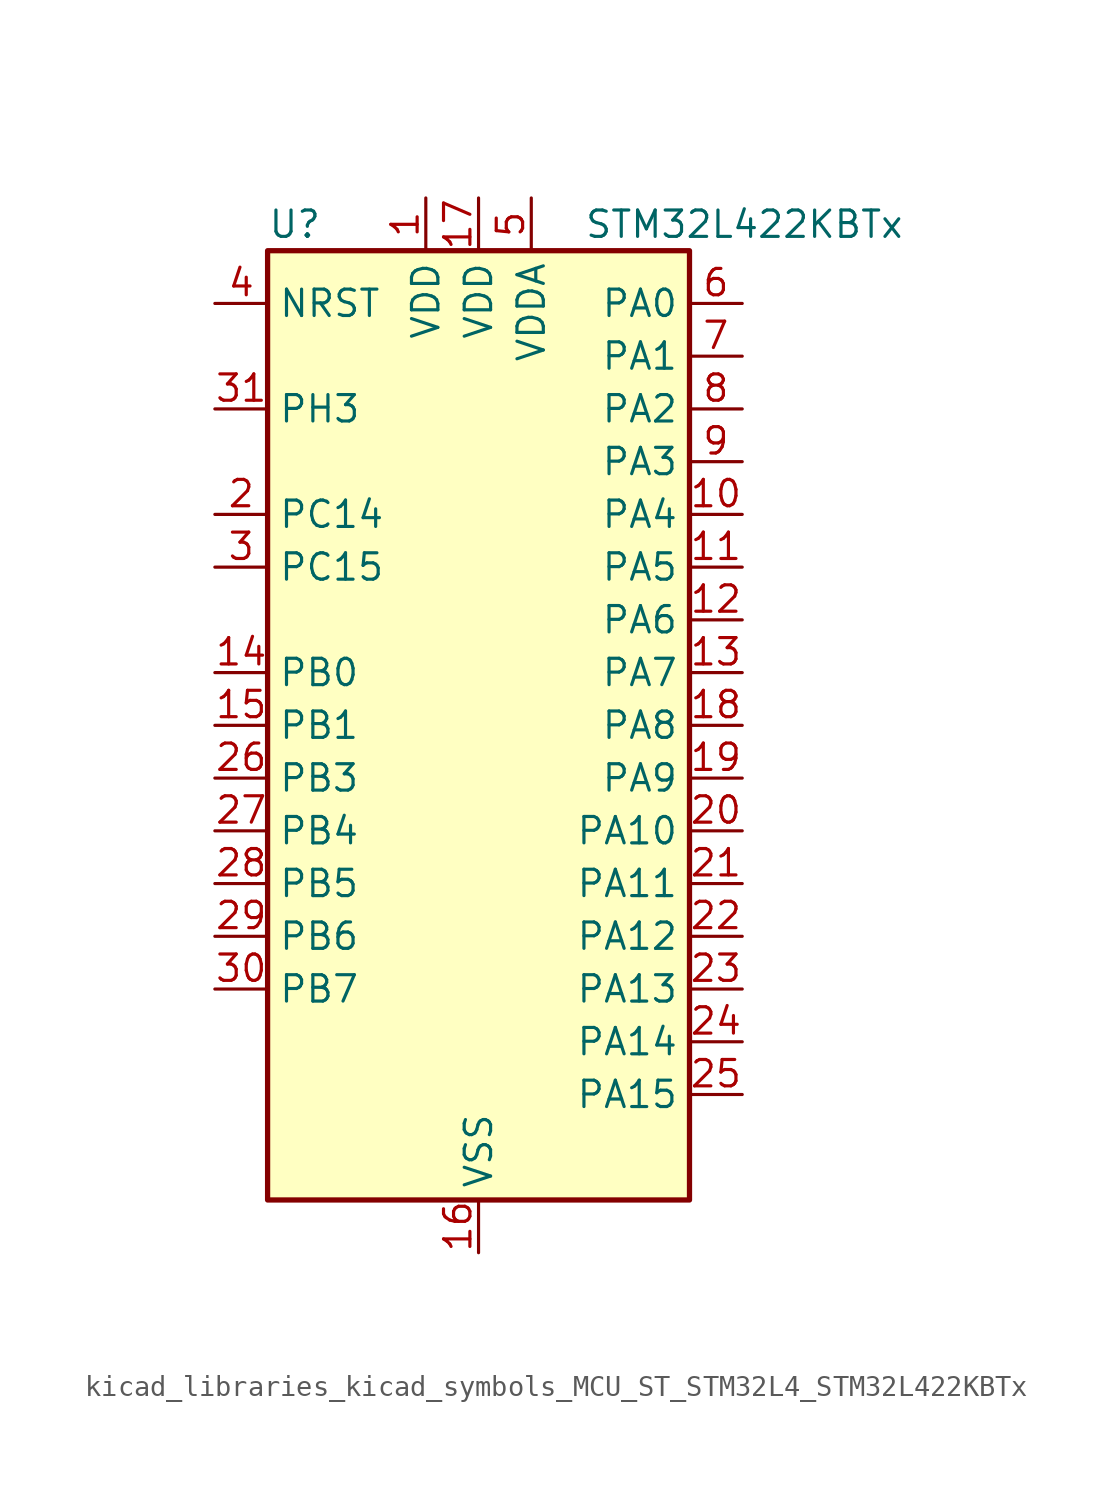
<source format=kicad_sym>
(kicad_symbol_lib
  (version 20220914)
  (generator kicad_symbol_editor)
  (symbol "kicad_libraries_kicad_symbols_MCU_ST_STM32L4_STM32L422KBTx"
    (property "Reference" "U"
      (at -10.16 24.13 0)
      (effects (font (size 1.27 1.27)) (justify left)))
    (property "Value" "STM32L422KBTx"
      (at 5.08 24.13 0)
      (effects (font (size 1.27 1.27)) (justify left)))
    (property "ki_locked" ""
      (at 0 0 0)
      (effects (font (size 1.27 1.27))))
    (symbol "kicad_libraries_kicad_symbols_MCU_ST_STM32L4_STM32L422KBTx_0_1"
      (rectangle (start -10.16 -22.86) (end 10.16 22.86) (stroke (width 0.254) (type default)) (fill (type background))))
    (symbol "kicad_libraries_kicad_symbols_MCU_ST_STM32L4_STM32L422KBTx_1_1"
      (pin power_in line (at -2.54 25.4 270) (length 2.54) (name "VDD" (effects (font (size 1.27 1.27)))) (number "1" (effects (font (size 1.27 1.27)))))
      (pin bidirectional line (at 12.7 10.16 180) (length 2.54) (name "PA4" (effects (font (size 1.27 1.27)))) (number "10" (effects (font (size 1.27 1.27)))) (alternate "ADC1_IN9" bidirectional line) (alternate "ADC2_IN9" bidirectional line) (alternate "COMP1_INM" bidirectional line) (alternate "LPTIM2_OUT" bidirectional line) (alternate "SPI1_NSS" bidirectional line) (alternate "USART2_CK" bidirectional line))
      (pin bidirectional line (at 12.7 7.62 180) (length 2.54) (name "PA5" (effects (font (size 1.27 1.27)))) (number "11" (effects (font (size 1.27 1.27)))) (alternate "ADC1_IN10" bidirectional line) (alternate "ADC2_IN10" bidirectional line) (alternate "COMP1_INM" bidirectional line) (alternate "LPTIM2_ETR" bidirectional line) (alternate "SPI1_SCK" bidirectional line) (alternate "TIM2_CH1" bidirectional line) (alternate "TIM2_ETR" bidirectional line))
      (pin bidirectional line (at 12.7 5.08 180) (length 2.54) (name "PA6" (effects (font (size 1.27 1.27)))) (number "12" (effects (font (size 1.27 1.27)))) (alternate "ADC1_IN11" bidirectional line) (alternate "ADC2_IN11" bidirectional line) (alternate "COMP1_OUT" bidirectional line) (alternate "LPUART1_CTS" bidirectional line) (alternate "QUADSPI_BK1_IO3" bidirectional line) (alternate "SPI1_MISO" bidirectional line) (alternate "TIM16_CH1" bidirectional line) (alternate "TIM1_BKIN" bidirectional line))
      (pin bidirectional line (at 12.7 2.54 180) (length 2.54) (name "PA7" (effects (font (size 1.27 1.27)))) (number "13" (effects (font (size 1.27 1.27)))) (alternate "ADC1_IN12" bidirectional line) (alternate "ADC2_IN12" bidirectional line) (alternate "I2C3_SCL" bidirectional line) (alternate "QUADSPI_BK1_IO2" bidirectional line) (alternate "SPI1_MOSI" bidirectional line) (alternate "TIM1_CH1N" bidirectional line))
      (pin bidirectional line (at -12.7 2.54 0) (length 2.54) (name "PB0" (effects (font (size 1.27 1.27)))) (number "14" (effects (font (size 1.27 1.27)))) (alternate "ADC1_IN15" bidirectional line) (alternate "ADC2_IN15" bidirectional line) (alternate "COMP1_OUT" bidirectional line) (alternate "QUADSPI_BK1_IO1" bidirectional line) (alternate "SPI1_NSS" bidirectional line) (alternate "SYS_TRACED0" bidirectional line) (alternate "TIM1_CH2N" bidirectional line))
      (pin bidirectional line (at -12.7 0 0) (length 2.54) (name "PB1" (effects (font (size 1.27 1.27)))) (number "15" (effects (font (size 1.27 1.27)))) (alternate "ADC1_IN16" bidirectional line) (alternate "ADC2_IN16" bidirectional line) (alternate "COMP1_INM" bidirectional line) (alternate "LPTIM2_IN1" bidirectional line) (alternate "LPUART1_DE" bidirectional line) (alternate "LPUART1_RTS" bidirectional line) (alternate "QUADSPI_BK1_IO0" bidirectional line) (alternate "SYS_TRACED1" bidirectional line) (alternate "TIM1_CH3N" bidirectional line))
      (pin power_in line (at 0 -25.4 90) (length 2.54) (name "VSS" (effects (font (size 1.27 1.27)))) (number "16" (effects (font (size 1.27 1.27)))))
      (pin power_in line (at 0 25.4 270) (length 2.54) (name "VDD" (effects (font (size 1.27 1.27)))) (number "17" (effects (font (size 1.27 1.27)))))
      (pin bidirectional line (at 12.7 0 180) (length 2.54) (name "PA8" (effects (font (size 1.27 1.27)))) (number "18" (effects (font (size 1.27 1.27)))) (alternate "LPTIM2_OUT" bidirectional line) (alternate "RCC_MCO" bidirectional line) (alternate "TIM1_CH1" bidirectional line) (alternate "USART1_CK" bidirectional line))
      (pin bidirectional line (at 12.7 -2.54 180) (length 2.54) (name "PA9" (effects (font (size 1.27 1.27)))) (number "19" (effects (font (size 1.27 1.27)))) (alternate "I2C1_SCL" bidirectional line) (alternate "TIM15_BKIN" bidirectional line) (alternate "TIM1_CH2" bidirectional line) (alternate "USART1_TX" bidirectional line))
      (pin bidirectional line (at -12.7 10.16 0) (length 2.54) (name "PC14" (effects (font (size 1.27 1.27)))) (number "2" (effects (font (size 1.27 1.27)))) (alternate "RCC_OSC32_IN" bidirectional line))
      (pin bidirectional line (at 12.7 -5.08 180) (length 2.54) (name "PA10" (effects (font (size 1.27 1.27)))) (number "20" (effects (font (size 1.27 1.27)))) (alternate "CRS_SYNC" bidirectional line) (alternate "I2C1_SDA" bidirectional line) (alternate "TIM1_CH3" bidirectional line) (alternate "USART1_RX" bidirectional line))
      (pin bidirectional line (at 12.7 -7.62 180) (length 2.54) (name "PA11" (effects (font (size 1.27 1.27)))) (number "21" (effects (font (size 1.27 1.27)))) (alternate "ADC1_EXTI11" bidirectional line) (alternate "ADC2_EXTI11" bidirectional line) (alternate "COMP1_OUT" bidirectional line) (alternate "SPI1_MISO" bidirectional line) (alternate "TIM1_BKIN2" bidirectional line) (alternate "TIM1_BKIN2_COMP1" bidirectional line) (alternate "TIM1_CH4" bidirectional line) (alternate "USART1_CTS" bidirectional line) (alternate "USB_DM" bidirectional line))
      (pin bidirectional line (at 12.7 -10.16 180) (length 2.54) (name "PA12" (effects (font (size 1.27 1.27)))) (number "22" (effects (font (size 1.27 1.27)))) (alternate "SPI1_MOSI" bidirectional line) (alternate "TIM1_ETR" bidirectional line) (alternate "USART1_DE" bidirectional line) (alternate "USART1_RTS" bidirectional line) (alternate "USB_DP" bidirectional line))
      (pin bidirectional line (at 12.7 -12.7 180) (length 2.54) (name "PA13" (effects (font (size 1.27 1.27)))) (number "23" (effects (font (size 1.27 1.27)))) (alternate "IR_OUT" bidirectional line) (alternate "SYS_JTMS-SWDIO" bidirectional line) (alternate "USB_NOE" bidirectional line))
      (pin bidirectional line (at 12.7 -15.24 180) (length 2.54) (name "PA14" (effects (font (size 1.27 1.27)))) (number "24" (effects (font (size 1.27 1.27)))) (alternate "I2C1_SMBA" bidirectional line) (alternate "LPTIM1_OUT" bidirectional line) (alternate "SYS_JTCK-SWCLK" bidirectional line))
      (pin bidirectional line (at 12.7 -17.78 180) (length 2.54) (name "PA15" (effects (font (size 1.27 1.27)))) (number "25" (effects (font (size 1.27 1.27)))) (alternate "ADC1_EXTI15" bidirectional line) (alternate "ADC2_EXTI15" bidirectional line) (alternate "SPI1_NSS" bidirectional line) (alternate "SYS_JTDI" bidirectional line) (alternate "TIM2_CH1" bidirectional line) (alternate "TIM2_ETR" bidirectional line) (alternate "USART2_RX" bidirectional line))
      (pin bidirectional line (at -12.7 -2.54 0) (length 2.54) (name "PB3" (effects (font (size 1.27 1.27)))) (number "26" (effects (font (size 1.27 1.27)))) (alternate "SPI1_SCK" bidirectional line) (alternate "SYS_JTDO-SWO" bidirectional line) (alternate "TIM2_CH2" bidirectional line) (alternate "USART1_DE" bidirectional line) (alternate "USART1_RTS" bidirectional line))
      (pin bidirectional line (at -12.7 -5.08 0) (length 2.54) (name "PB4" (effects (font (size 1.27 1.27)))) (number "27" (effects (font (size 1.27 1.27)))) (alternate "I2C3_SDA" bidirectional line) (alternate "SPI1_MISO" bidirectional line) (alternate "SYS_JTRST" bidirectional line) (alternate "TSC_G2_IO1" bidirectional line) (alternate "USART1_CTS" bidirectional line))
      (pin bidirectional line (at -12.7 -7.62 0) (length 2.54) (name "PB5" (effects (font (size 1.27 1.27)))) (number "28" (effects (font (size 1.27 1.27)))) (alternate "I2C1_SMBA" bidirectional line) (alternate "LPTIM1_IN1" bidirectional line) (alternate "SPI1_MOSI" bidirectional line) (alternate "SYS_TRACED2" bidirectional line) (alternate "TIM16_BKIN" bidirectional line) (alternate "TSC_G2_IO2" bidirectional line) (alternate "USART1_CK" bidirectional line))
      (pin bidirectional line (at -12.7 -10.16 0) (length 2.54) (name "PB6" (effects (font (size 1.27 1.27)))) (number "29" (effects (font (size 1.27 1.27)))) (alternate "I2C1_SCL" bidirectional line) (alternate "LPTIM1_ETR" bidirectional line) (alternate "SYS_TRACED3" bidirectional line) (alternate "TIM16_CH1N" bidirectional line) (alternate "TSC_G2_IO3" bidirectional line) (alternate "USART1_TX" bidirectional line))
      (pin bidirectional line (at -12.7 7.62 0) (length 2.54) (name "PC15" (effects (font (size 1.27 1.27)))) (number "3" (effects (font (size 1.27 1.27)))) (alternate "ADC1_EXTI15" bidirectional line) (alternate "ADC2_EXTI15" bidirectional line) (alternate "RCC_OSC32_OUT" bidirectional line))
      (pin bidirectional line (at -12.7 -12.7 0) (length 2.54) (name "PB7" (effects (font (size 1.27 1.27)))) (number "30" (effects (font (size 1.27 1.27)))) (alternate "I2C1_SDA" bidirectional line) (alternate "LPTIM1_IN2" bidirectional line) (alternate "SYS_PVD_IN" bidirectional line) (alternate "SYS_TRACECLK" bidirectional line) (alternate "TSC_G2_IO4" bidirectional line) (alternate "USART1_RX" bidirectional line))
      (pin bidirectional line (at -12.7 15.24 0) (length 2.54) (name "PH3" (effects (font (size 1.27 1.27)))) (number "31" (effects (font (size 1.27 1.27)))))
      (pin passive line (at 0 -25.4 90) (length 2.54) hide (name "VSS" (effects (font (size 1.27 1.27)))) (number "32" (effects (font (size 1.27 1.27)))))
      (pin input line (at -12.7 20.32 0) (length 2.54) (name "NRST" (effects (font (size 1.27 1.27)))) (number "4" (effects (font (size 1.27 1.27)))))
      (pin power_in line (at 2.54 25.4 270) (length 2.54) (name "VDDA" (effects (font (size 1.27 1.27)))) (number "5" (effects (font (size 1.27 1.27)))))
      (pin bidirectional line (at 12.7 20.32 180) (length 2.54) (name "PA0" (effects (font (size 1.27 1.27)))) (number "6" (effects (font (size 1.27 1.27)))) (alternate "ADC1_IN5" bidirectional line) (alternate "COMP1_INM" bidirectional line) (alternate "COMP1_OUT" bidirectional line) (alternate "OPAMP1_VINP" bidirectional line) (alternate "RCC_CK_IN" bidirectional line) (alternate "RTC_TAMP2" bidirectional line) (alternate "SYS_WKUP1" bidirectional line) (alternate "TIM2_CH1" bidirectional line) (alternate "TIM2_ETR" bidirectional line) (alternate "USART2_CTS" bidirectional line))
      (pin bidirectional line (at 12.7 17.78 180) (length 2.54) (name "PA1" (effects (font (size 1.27 1.27)))) (number "7" (effects (font (size 1.27 1.27)))) (alternate "ADC1_IN6" bidirectional line) (alternate "COMP1_INP" bidirectional line) (alternate "I2C1_SMBA" bidirectional line) (alternate "OPAMP1_VINM" bidirectional line) (alternate "SPI1_SCK" bidirectional line) (alternate "TIM15_CH1N" bidirectional line) (alternate "TIM2_CH2" bidirectional line) (alternate "USART2_DE" bidirectional line) (alternate "USART2_RTS" bidirectional line))
      (pin bidirectional line (at 12.7 15.24 180) (length 2.54) (name "PA2" (effects (font (size 1.27 1.27)))) (number "8" (effects (font (size 1.27 1.27)))) (alternate "ADC1_IN7" bidirectional line) (alternate "ADC2_IN7" bidirectional line) (alternate "LPUART1_TX" bidirectional line) (alternate "QUADSPI_BK1_NCS" bidirectional line) (alternate "RCC_LSCO" bidirectional line) (alternate "SYS_WKUP4" bidirectional line) (alternate "TIM15_CH1" bidirectional line) (alternate "TIM2_CH3" bidirectional line) (alternate "USART2_TX" bidirectional line))
      (pin bidirectional line (at 12.7 12.7 180) (length 2.54) (name "PA3" (effects (font (size 1.27 1.27)))) (number "9" (effects (font (size 1.27 1.27)))) (alternate "ADC1_IN8" bidirectional line) (alternate "ADC2_IN8" bidirectional line) (alternate "LPUART1_RX" bidirectional line) (alternate "OPAMP1_VOUT" bidirectional line) (alternate "QUADSPI_CLK" bidirectional line) (alternate "TIM15_CH2" bidirectional line) (alternate "TIM2_CH4" bidirectional line) (alternate "USART2_RX" bidirectional line)))))
</source>
